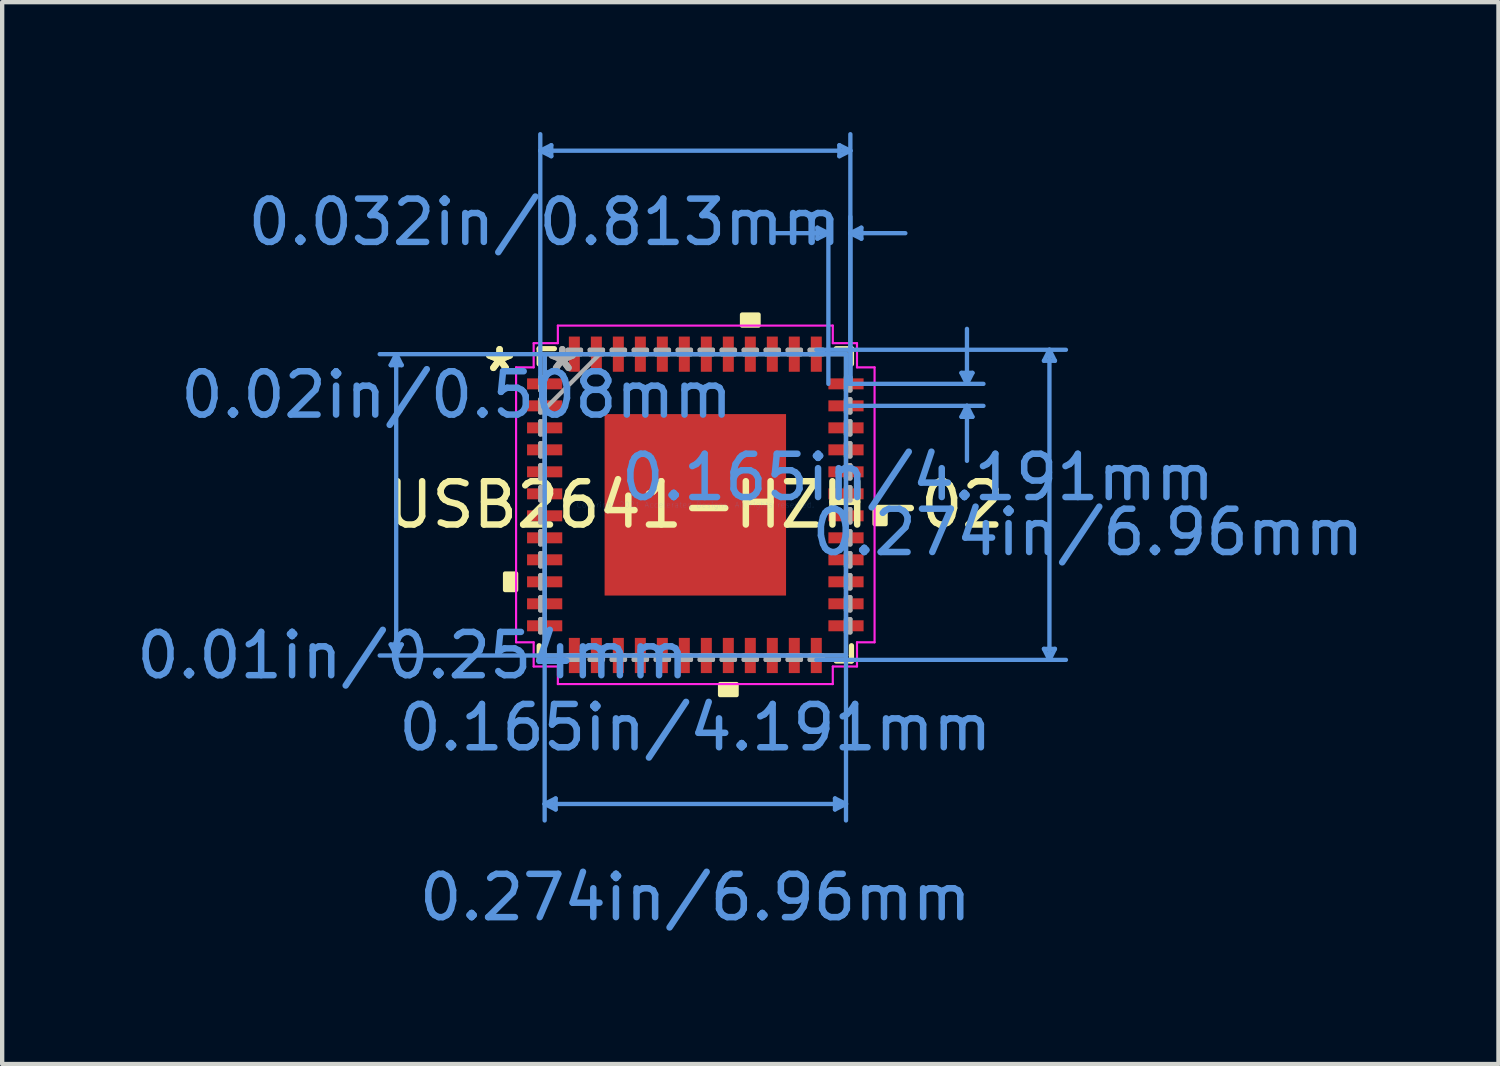
<source format=kicad_pcb>
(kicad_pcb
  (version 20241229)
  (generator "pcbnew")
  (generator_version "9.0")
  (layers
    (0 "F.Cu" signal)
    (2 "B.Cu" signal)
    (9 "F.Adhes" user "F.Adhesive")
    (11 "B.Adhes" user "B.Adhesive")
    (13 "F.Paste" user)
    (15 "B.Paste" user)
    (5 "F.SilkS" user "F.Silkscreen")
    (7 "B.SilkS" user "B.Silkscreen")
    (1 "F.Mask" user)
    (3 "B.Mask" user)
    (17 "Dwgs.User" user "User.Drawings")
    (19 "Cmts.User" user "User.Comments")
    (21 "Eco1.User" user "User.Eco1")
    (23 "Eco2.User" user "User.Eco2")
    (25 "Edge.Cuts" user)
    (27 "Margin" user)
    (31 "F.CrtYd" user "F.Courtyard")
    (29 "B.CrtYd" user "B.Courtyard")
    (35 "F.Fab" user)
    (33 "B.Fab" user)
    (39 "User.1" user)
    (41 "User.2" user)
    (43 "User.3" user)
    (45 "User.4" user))
  (footprint "USB2641-HZH-02"
    (layer "F.Cu")
    (at 13.01 8.61)
    (property "Reference" "USB2641-HZH-02" (at 0 0 0) (layer "F.SilkS") (effects (font (size 1 1) (thickness 0.15))))
    (attr smd)
    (fp_line (start -3.607 -3.607) (end -3.607 -3.254) (stroke (width 0.12) (type solid)) (layer "F.SilkS"))
    (fp_line (start -3.607 3.254) (end -3.607 3.607) (stroke (width 0.12) (type solid)) (layer "F.SilkS"))
    (fp_line (start -3.607 3.607) (end -3.254 3.607) (stroke (width 0.12) (type solid)) (layer "F.SilkS"))
    (fp_line (start -3.254 -3.607) (end -3.607 -3.607) (stroke (width 0.12) (type solid)) (layer "F.SilkS"))
    (fp_line (start 3.254 3.607) (end 3.607 3.607) (stroke (width 0.12) (type solid)) (layer "F.SilkS"))
    (fp_line (start 3.607 -3.607) (end 3.254 -3.607) (stroke (width 0.12) (type solid)) (layer "F.SilkS"))
    (fp_line (start 3.607 -3.254) (end 3.607 -3.607) (stroke (width 0.12) (type solid)) (layer "F.SilkS"))
    (fp_line (start 3.607 3.607) (end 3.607 3.254) (stroke (width 0.12) (type solid)) (layer "F.SilkS"))
    (fp_poly (pts (xy -4.394 1.587) (xy -4.394 1.968) (xy -4.14 1.968) (xy -4.14 1.587)) (stroke (width 0.1) (type solid)) (fill yes) (layer "F.SilkS"))
    (fp_poly (pts (xy 0.572 4.14) (xy 0.572 4.394) (xy 0.953 4.394) (xy 0.953 4.14)) (stroke (width 0.1) (type solid)) (fill yes) (layer "F.SilkS"))
    (fp_poly (pts (xy 1.079 -4.14) (xy 1.079 -4.394) (xy 1.46 -4.394) (xy 1.46 -4.14)) (stroke (width 0.1) (type solid)) (fill yes) (layer "F.SilkS"))
    (fp_poly (pts (xy 4.394 0.064) (xy 4.394 0.445) (xy 4.14 0.445) (xy 4.14 0.064)) (stroke (width 0.1) (type solid)) (fill yes) (layer "F.SilkS"))
    (fp_poly (pts (xy -1.996 -1.996) (xy -1.996 -0.798) (xy -0.798 -0.798) (xy -0.798 -1.996)) (stroke (width 0.1) (type solid)) (fill yes) (layer "F.Paste"))
    (fp_poly (pts (xy -1.996 -0.599) (xy -1.996 0.599) (xy -0.798 0.599) (xy -0.798 -0.599)) (stroke (width 0.1) (type solid)) (fill yes) (layer "F.Paste"))
    (fp_poly (pts (xy -1.996 0.798) (xy -1.996 1.996) (xy -0.798 1.996) (xy -0.798 0.798)) (stroke (width 0.1) (type solid)) (fill yes) (layer "F.Paste"))
    (fp_poly (pts (xy -0.599 -1.996) (xy -0.599 -0.798) (xy 0.599 -0.798) (xy 0.599 -1.996)) (stroke (width 0.1) (type solid)) (fill yes) (layer "F.Paste"))
    (fp_poly (pts (xy -0.599 -0.599) (xy -0.599 0.599) (xy 0.599 0.599) (xy 0.599 -0.599)) (stroke (width 0.1) (type solid)) (fill yes) (layer "F.Paste"))
    (fp_poly (pts (xy -0.599 0.798) (xy -0.599 1.996) (xy 0.599 1.996) (xy 0.599 0.798)) (stroke (width 0.1) (type solid)) (fill yes) (layer "F.Paste"))
    (fp_poly (pts (xy 0.798 -1.996) (xy 0.798 -0.798) (xy 1.996 -0.798) (xy 1.996 -1.996)) (stroke (width 0.1) (type solid)) (fill yes) (layer "F.Paste"))
    (fp_poly (pts (xy 0.798 -0.599) (xy 0.798 0.599) (xy 1.996 0.599) (xy 1.996 -0.599)) (stroke (width 0.1) (type solid)) (fill yes) (layer "F.Paste"))
    (fp_poly (pts (xy 0.798 0.798) (xy 0.798 1.996) (xy 1.996 1.996) (xy 1.996 0.798)) (stroke (width 0.1) (type solid)) (fill yes) (layer "F.Paste"))
    (fp_line (start -7.036 -3.226) (end -6.782 -3.226) (stroke (width 0.1) (type solid)) (layer "Cmts.User"))
    (fp_line (start -7.036 3.226) (end -6.782 3.226) (stroke (width 0.1) (type solid)) (layer "Cmts.User"))
    (fp_line (start -6.909 -3.48) (end -7.036 -3.226) (stroke (width 0.1) (type solid)) (layer "Cmts.User"))
    (fp_line (start -6.909 -3.48) (end -6.909 3.48) (stroke (width 0.1) (type solid)) (layer "Cmts.User"))
    (fp_line (start -6.909 -3.48) (end -6.782 -3.226) (stroke (width 0.1) (type solid)) (layer "Cmts.User"))
    (fp_line (start -6.909 3.48) (end -7.036 3.226) (stroke (width 0.1) (type solid)) (layer "Cmts.User"))
    (fp_line (start -6.909 3.48) (end -6.782 3.226) (stroke (width 0.1) (type solid)) (layer "Cmts.User"))
    (fp_line (start -3.581 -8.179) (end -3.327 -8.306) (stroke (width 0.1) (type solid)) (layer "Cmts.User"))
    (fp_line (start -3.581 -8.179) (end -3.327 -8.052) (stroke (width 0.1) (type solid)) (layer "Cmts.User"))
    (fp_line (start -3.581 -8.179) (end 3.581 -8.179) (stroke (width 0.1) (type solid)) (layer "Cmts.User"))
    (fp_line (start -3.581 -2.794) (end -3.581 -8.56) (stroke (width 0.1) (type solid)) (layer "Cmts.User"))
    (fp_line (start -3.48 -3.48) (end -3.48 7.29) (stroke (width 0.1) (type solid)) (layer "Cmts.User"))
    (fp_line (start -3.48 6.909) (end -3.226 6.782) (stroke (width 0.1) (type solid)) (layer "Cmts.User"))
    (fp_line (start -3.48 6.909) (end -3.226 7.036) (stroke (width 0.1) (type solid)) (layer "Cmts.User"))
    (fp_line (start -3.48 6.909) (end 3.48 6.909) (stroke (width 0.1) (type solid)) (layer "Cmts.User"))
    (fp_line (start -3.327 -8.306) (end -3.327 -8.052) (stroke (width 0.1) (type solid)) (layer "Cmts.User"))
    (fp_line (start -3.226 6.782) (end -3.226 7.036) (stroke (width 0.1) (type solid)) (layer "Cmts.User"))
    (fp_line (start 2.794 -3.581) (end 8.56 -3.581) (stroke (width 0.1) (type solid)) (layer "Cmts.User"))
    (fp_line (start 2.794 3.581) (end 8.56 3.581) (stroke (width 0.1) (type solid)) (layer "Cmts.User"))
    (fp_line (start 2.819 -6.401) (end 2.819 -6.147) (stroke (width 0.1) (type solid)) (layer "Cmts.User"))
    (fp_line (start 3.073 -6.274) (end 1.803 -6.274) (stroke (width 0.1) (type solid)) (layer "Cmts.User"))
    (fp_line (start 3.073 -6.274) (end 2.819 -6.401) (stroke (width 0.1) (type solid)) (layer "Cmts.User"))
    (fp_line (start 3.073 -6.274) (end 2.819 -6.147) (stroke (width 0.1) (type solid)) (layer "Cmts.User"))
    (fp_line (start 3.073 -2.794) (end 3.073 -6.655) (stroke (width 0.1) (type solid)) (layer "Cmts.User"))
    (fp_line (start 3.226 6.782) (end 3.226 7.036) (stroke (width 0.1) (type solid)) (layer "Cmts.User"))
    (fp_line (start 3.327 -8.306) (end 3.327 -8.052) (stroke (width 0.1) (type solid)) (layer "Cmts.User"))
    (fp_line (start 3.48 -3.48) (end -7.29 -3.48) (stroke (width 0.1) (type solid)) (layer "Cmts.User"))
    (fp_line (start 3.48 -3.48) (end 3.48 7.29) (stroke (width 0.1) (type solid)) (layer "Cmts.User"))
    (fp_line (start 3.48 -2.794) (end 6.655 -2.794) (stroke (width 0.1) (type solid)) (layer "Cmts.User"))
    (fp_line (start 3.48 -2.286) (end 6.655 -2.286) (stroke (width 0.1) (type solid)) (layer "Cmts.User"))
    (fp_line (start 3.48 3.48) (end -7.29 3.48) (stroke (width 0.1) (type solid)) (layer "Cmts.User"))
    (fp_line (start 3.48 6.909) (end 3.226 6.782) (stroke (width 0.1) (type solid)) (layer "Cmts.User"))
    (fp_line (start 3.48 6.909) (end 3.226 7.036) (stroke (width 0.1) (type solid)) (layer "Cmts.User"))
    (fp_line (start 3.581 -8.179) (end 3.327 -8.306) (stroke (width 0.1) (type solid)) (layer "Cmts.User"))
    (fp_line (start 3.581 -8.179) (end 3.327 -8.052) (stroke (width 0.1) (type solid)) (layer "Cmts.User"))
    (fp_line (start 3.581 -6.274) (end 3.835 -6.401) (stroke (width 0.1) (type solid)) (layer "Cmts.User"))
    (fp_line (start 3.581 -6.274) (end 3.835 -6.147) (stroke (width 0.1) (type solid)) (layer "Cmts.User"))
    (fp_line (start 3.581 -6.274) (end 4.851 -6.274) (stroke (width 0.1) (type solid)) (layer "Cmts.User"))
    (fp_line (start 3.581 -2.794) (end 3.581 -8.56) (stroke (width 0.1) (type solid)) (layer "Cmts.User"))
    (fp_line (start 3.581 -2.794) (end 3.581 -6.655) (stroke (width 0.1) (type solid)) (layer "Cmts.User"))
    (fp_line (start 3.835 -6.401) (end 3.835 -6.147) (stroke (width 0.1) (type solid)) (layer "Cmts.User"))
    (fp_line (start 6.147 -3.048) (end 6.401 -3.048) (stroke (width 0.1) (type solid)) (layer "Cmts.User"))
    (fp_line (start 6.147 -2.032) (end 6.401 -2.032) (stroke (width 0.1) (type solid)) (layer "Cmts.User"))
    (fp_line (start 6.274 -2.794) (end 6.147 -3.048) (stroke (width 0.1) (type solid)) (layer "Cmts.User"))
    (fp_line (start 6.274 -2.794) (end 6.274 -4.064) (stroke (width 0.1) (type solid)) (layer "Cmts.User"))
    (fp_line (start 6.274 -2.794) (end 6.401 -3.048) (stroke (width 0.1) (type solid)) (layer "Cmts.User"))
    (fp_line (start 6.274 -2.286) (end 6.147 -2.032) (stroke (width 0.1) (type solid)) (layer "Cmts.User"))
    (fp_line (start 6.274 -2.286) (end 6.274 -1.016) (stroke (width 0.1) (type solid)) (layer "Cmts.User"))
    (fp_line (start 6.274 -2.286) (end 6.401 -2.032) (stroke (width 0.1) (type solid)) (layer "Cmts.User"))
    (fp_line (start 8.052 -3.327) (end 8.306 -3.327) (stroke (width 0.1) (type solid)) (layer "Cmts.User"))
    (fp_line (start 8.052 3.327) (end 8.306 3.327) (stroke (width 0.1) (type solid)) (layer "Cmts.User"))
    (fp_line (start 8.179 -3.581) (end 8.052 -3.327) (stroke (width 0.1) (type solid)) (layer "Cmts.User"))
    (fp_line (start 8.179 -3.581) (end 8.179 3.581) (stroke (width 0.1) (type solid)) (layer "Cmts.User"))
    (fp_line (start 8.179 -3.581) (end 8.306 -3.327) (stroke (width 0.1) (type solid)) (layer "Cmts.User"))
    (fp_line (start 8.179 3.581) (end 8.052 3.327) (stroke (width 0.1) (type solid)) (layer "Cmts.User"))
    (fp_line (start 8.179 3.581) (end 8.306 3.327) (stroke (width 0.1) (type solid)) (layer "Cmts.User"))
    (fp_line (start -4.14 -3.175) (end -3.734 -3.175) (stroke (width 0.05) (type solid)) (layer "F.CrtYd"))
    (fp_line (start -4.14 3.175) (end -4.14 -3.175) (stroke (width 0.05) (type solid)) (layer "F.CrtYd"))
    (fp_line (start -3.734 -3.734) (end -3.175 -3.734) (stroke (width 0.05) (type solid)) (layer "F.CrtYd"))
    (fp_line (start -3.734 -3.175) (end -3.734 -3.734) (stroke (width 0.05) (type solid)) (layer "F.CrtYd"))
    (fp_line (start -3.734 3.175) (end -4.14 3.175) (stroke (width 0.05) (type solid)) (layer "F.CrtYd"))
    (fp_line (start -3.734 3.734) (end -3.734 3.175) (stroke (width 0.05) (type solid)) (layer "F.CrtYd"))
    (fp_line (start -3.175 -4.14) (end 3.175 -4.14) (stroke (width 0.05) (type solid)) (layer "F.CrtYd"))
    (fp_line (start -3.175 -3.734) (end -3.175 -4.14) (stroke (width 0.05) (type solid)) (layer "F.CrtYd"))
    (fp_line (start -3.175 3.734) (end -3.734 3.734) (stroke (width 0.05) (type solid)) (layer "F.CrtYd"))
    (fp_line (start -3.175 4.14) (end -3.175 3.734) (stroke (width 0.05) (type solid)) (layer "F.CrtYd"))
    (fp_line (start 3.175 -4.14) (end 3.175 -3.734) (stroke (width 0.05) (type solid)) (layer "F.CrtYd"))
    (fp_line (start 3.175 -3.734) (end 3.734 -3.734) (stroke (width 0.05) (type solid)) (layer "F.CrtYd"))
    (fp_line (start 3.175 3.734) (end 3.175 4.14) (stroke (width 0.05) (type solid)) (layer "F.CrtYd"))
    (fp_line (start 3.175 4.14) (end -3.175 4.14) (stroke (width 0.05) (type solid)) (layer "F.CrtYd"))
    (fp_line (start 3.734 -3.734) (end 3.734 -3.175) (stroke (width 0.05) (type solid)) (layer "F.CrtYd"))
    (fp_line (start 3.734 -3.175) (end 4.14 -3.175) (stroke (width 0.05) (type solid)) (layer "F.CrtYd"))
    (fp_line (start 3.734 3.175) (end 3.734 3.734) (stroke (width 0.05) (type solid)) (layer "F.CrtYd"))
    (fp_line (start 3.734 3.734) (end 3.175 3.734) (stroke (width 0.05) (type solid)) (layer "F.CrtYd"))
    (fp_line (start 4.14 -3.175) (end 4.14 3.175) (stroke (width 0.05) (type solid)) (layer "F.CrtYd"))
    (fp_line (start 4.14 3.175) (end 3.734 3.175) (stroke (width 0.05) (type solid)) (layer "F.CrtYd"))
    (fp_line (start -3.581 -2.946) (end -3.581 -2.642) (stroke (width 0.1) (type solid)) (layer "F.Fab"))
    (fp_line (start -3.581 -2.642) (end -3.48 -2.642) (stroke (width 0.1) (type solid)) (layer "F.Fab"))
    (fp_line (start -3.581 -2.438) (end -3.581 -2.134) (stroke (width 0.1) (type solid)) (layer "F.Fab"))
    (fp_line (start -3.581 -2.134) (end -3.48 -2.134) (stroke (width 0.1) (type solid)) (layer "F.Fab"))
    (fp_line (start -3.581 -1.93) (end -3.581 -1.626) (stroke (width 0.1) (type solid)) (layer "F.Fab"))
    (fp_line (start -3.581 -1.626) (end -3.48 -1.626) (stroke (width 0.1) (type solid)) (layer "F.Fab"))
    (fp_line (start -3.581 -1.422) (end -3.581 -1.118) (stroke (width 0.1) (type solid)) (layer "F.Fab"))
    (fp_line (start -3.581 -1.118) (end -3.48 -1.118) (stroke (width 0.1) (type solid)) (layer "F.Fab"))
    (fp_line (start -3.581 -0.914) (end -3.581 -0.61) (stroke (width 0.1) (type solid)) (layer "F.Fab"))
    (fp_line (start -3.581 -0.61) (end -3.48 -0.61) (stroke (width 0.1) (type solid)) (layer "F.Fab"))
    (fp_line (start -3.581 -0.406) (end -3.581 -0.102) (stroke (width 0.1) (type solid)) (layer "F.Fab"))
    (fp_line (start -3.581 -0.102) (end -3.48 -0.102) (stroke (width 0.1) (type solid)) (layer "F.Fab"))
    (fp_line (start -3.581 0.102) (end -3.581 0.406) (stroke (width 0.1) (type solid)) (layer "F.Fab"))
    (fp_line (start -3.581 0.406) (end -3.48 0.406) (stroke (width 0.1) (type solid)) (layer "F.Fab"))
    (fp_line (start -3.581 0.61) (end -3.581 0.914) (stroke (width 0.1) (type solid)) (layer "F.Fab"))
    (fp_line (start -3.581 0.914) (end -3.48 0.914) (stroke (width 0.1) (type solid)) (layer "F.Fab"))
    (fp_line (start -3.581 1.118) (end -3.581 1.422) (stroke (width 0.1) (type solid)) (layer "F.Fab"))
    (fp_line (start -3.581 1.422) (end -3.48 1.422) (stroke (width 0.1) (type solid)) (layer "F.Fab"))
    (fp_line (start -3.581 1.626) (end -3.581 1.93) (stroke (width 0.1) (type solid)) (layer "F.Fab"))
    (fp_line (start -3.581 1.93) (end -3.48 1.93) (stroke (width 0.1) (type solid)) (layer "F.Fab"))
    (fp_line (start -3.581 2.134) (end -3.581 2.438) (stroke (width 0.1) (type solid)) (layer "F.Fab"))
    (fp_line (start -3.581 2.438) (end -3.48 2.438) (stroke (width 0.1) (type solid)) (layer "F.Fab"))
    (fp_line (start -3.581 2.642) (end -3.581 2.946) (stroke (width 0.1) (type solid)) (layer "F.Fab"))
    (fp_line (start -3.581 2.946) (end -3.48 2.946) (stroke (width 0.1) (type solid)) (layer "F.Fab"))
    (fp_line (start -3.48 -3.48) (end -3.48 -3.48) (stroke (width 0.1) (type solid)) (layer "F.Fab"))
    (fp_line (start -3.48 -3.48) (end -3.48 3.48) (stroke (width 0.1) (type solid)) (layer "F.Fab"))
    (fp_line (start -3.48 -2.946) (end -3.581 -2.946) (stroke (width 0.1) (type solid)) (layer "F.Fab"))
    (fp_line (start -3.48 -2.642) (end -3.48 -2.946) (stroke (width 0.1) (type solid)) (layer "F.Fab"))
    (fp_line (start -3.48 -2.438) (end -3.581 -2.438) (stroke (width 0.1) (type solid)) (layer "F.Fab"))
    (fp_line (start -3.48 -2.21) (end -2.21 -3.48) (stroke (width 0.1) (type solid)) (layer "F.Fab"))
    (fp_line (start -3.48 -2.134) (end -3.48 -2.438) (stroke (width 0.1) (type solid)) (layer "F.Fab"))
    (fp_line (start -3.48 -1.93) (end -3.581 -1.93) (stroke (width 0.1) (type solid)) (layer "F.Fab"))
    (fp_line (start -3.48 -1.626) (end -3.48 -1.93) (stroke (width 0.1) (type solid)) (layer "F.Fab"))
    (fp_line (start -3.48 -1.422) (end -3.581 -1.422) (stroke (width 0.1) (type solid)) (layer "F.Fab"))
    (fp_line (start -3.48 -1.118) (end -3.48 -1.422) (stroke (width 0.1) (type solid)) (layer "F.Fab"))
    (fp_line (start -3.48 -0.914) (end -3.581 -0.914) (stroke (width 0.1) (type solid)) (layer "F.Fab"))
    (fp_line (start -3.48 -0.61) (end -3.48 -0.914) (stroke (width 0.1) (type solid)) (layer "F.Fab"))
    (fp_line (start -3.48 -0.406) (end -3.581 -0.406) (stroke (width 0.1) (type solid)) (layer "F.Fab"))
    (fp_line (start -3.48 -0.102) (end -3.48 -0.406) (stroke (width 0.1) (type solid)) (layer "F.Fab"))
    (fp_line (start -3.48 0.102) (end -3.581 0.102) (stroke (width 0.1) (type solid)) (layer "F.Fab"))
    (fp_line (start -3.48 0.406) (end -3.48 0.102) (stroke (width 0.1) (type solid)) (layer "F.Fab"))
    (fp_line (start -3.48 0.61) (end -3.581 0.61) (stroke (width 0.1) (type solid)) (layer "F.Fab"))
    (fp_line (start -3.48 0.914) (end -3.48 0.61) (stroke (width 0.1) (type solid)) (layer "F.Fab"))
    (fp_line (start -3.48 1.118) (end -3.581 1.118) (stroke (width 0.1) (type solid)) (layer "F.Fab"))
    (fp_line (start -3.48 1.422) (end -3.48 1.118) (stroke (width 0.1) (type solid)) (layer "F.Fab"))
    (fp_line (start -3.48 1.626) (end -3.581 1.626) (stroke (width 0.1) (type solid)) (layer "F.Fab"))
    (fp_line (start -3.48 1.93) (end -3.48 1.626) (stroke (width 0.1) (type solid)) (layer "F.Fab"))
    (fp_line (start -3.48 2.134) (end -3.581 2.134) (stroke (width 0.1) (type solid)) (layer "F.Fab"))
    (fp_line (start -3.48 2.438) (end -3.48 2.134) (stroke (width 0.1) (type solid)) (layer "F.Fab"))
    (fp_line (start -3.48 2.642) (end -3.581 2.642) (stroke (width 0.1) (type solid)) (layer "F.Fab"))
    (fp_line (start -3.48 2.946) (end -3.48 2.642) (stroke (width 0.1) (type solid)) (layer "F.Fab"))
    (fp_line (start -3.48 3.48) (end -3.48 3.48) (stroke (width 0.1) (type solid)) (layer "F.Fab"))
    (fp_line (start -3.48 3.48) (end 3.48 3.48) (stroke (width 0.1) (type solid)) (layer "F.Fab"))
    (fp_line (start -2.946 -3.581) (end -2.946 -3.48) (stroke (width 0.1) (type solid)) (layer "F.Fab"))
    (fp_line (start -2.946 -3.48) (end -2.642 -3.48) (stroke (width 0.1) (type solid)) (layer "F.Fab"))
    (fp_line (start -2.946 3.48) (end -2.946 3.581) (stroke (width 0.1) (type solid)) (layer "F.Fab"))
    (fp_line (start -2.946 3.581) (end -2.642 3.581) (stroke (width 0.1) (type solid)) (layer "F.Fab"))
    (fp_line (start -2.642 -3.581) (end -2.946 -3.581) (stroke (width 0.1) (type solid)) (layer "F.Fab"))
    (fp_line (start -2.642 -3.48) (end -2.642 -3.581) (stroke (width 0.1) (type solid)) (layer "F.Fab"))
    (fp_line (start -2.642 3.48) (end -2.946 3.48) (stroke (width 0.1) (type solid)) (layer "F.Fab"))
    (fp_line (start -2.642 3.581) (end -2.642 3.48) (stroke (width 0.1) (type solid)) (layer "F.Fab"))
    (fp_line (start -2.438 -3.581) (end -2.438 -3.48) (stroke (width 0.1) (type solid)) (layer "F.Fab"))
    (fp_line (start -2.438 -3.48) (end -2.134 -3.48) (stroke (width 0.1) (type solid)) (layer "F.Fab"))
    (fp_line (start -2.438 3.48) (end -2.438 3.581) (stroke (width 0.1) (type solid)) (layer "F.Fab"))
    (fp_line (start -2.438 3.581) (end -2.134 3.581) (stroke (width 0.1) (type solid)) (layer "F.Fab"))
    (fp_line (start -2.134 -3.581) (end -2.438 -3.581) (stroke (width 0.1) (type solid)) (layer "F.Fab"))
    (fp_line (start -2.134 -3.48) (end -2.134 -3.581) (stroke (width 0.1) (type solid)) (layer "F.Fab"))
    (fp_line (start -2.134 3.48) (end -2.438 3.48) (stroke (width 0.1) (type solid)) (layer "F.Fab"))
    (fp_line (start -2.134 3.581) (end -2.134 3.48) (stroke (width 0.1) (type solid)) (layer "F.Fab"))
    (fp_line (start -1.93 -3.581) (end -1.93 -3.48) (stroke (width 0.1) (type solid)) (layer "F.Fab"))
    (fp_line (start -1.93 -3.48) (end -1.626 -3.48) (stroke (width 0.1) (type solid)) (layer "F.Fab"))
    (fp_line (start -1.93 3.48) (end -1.93 3.581) (stroke (width 0.1) (type solid)) (layer "F.Fab"))
    (fp_line (start -1.93 3.581) (end -1.626 3.581) (stroke (width 0.1) (type solid)) (layer "F.Fab"))
    (fp_line (start -1.626 -3.581) (end -1.93 -3.581) (stroke (width 0.1) (type solid)) (layer "F.Fab"))
    (fp_line (start -1.626 -3.48) (end -1.626 -3.581) (stroke (width 0.1) (type solid)) (layer "F.Fab"))
    (fp_line (start -1.626 3.48) (end -1.93 3.48) (stroke (width 0.1) (type solid)) (layer "F.Fab"))
    (fp_line (start -1.626 3.581) (end -1.626 3.48) (stroke (width 0.1) (type solid)) (layer "F.Fab"))
    (fp_line (start -1.422 -3.581) (end -1.422 -3.48) (stroke (width 0.1) (type solid)) (layer "F.Fab"))
    (fp_line (start -1.422 -3.48) (end -1.118 -3.48) (stroke (width 0.1) (type solid)) (layer "F.Fab"))
    (fp_line (start -1.422 3.48) (end -1.422 3.581) (stroke (width 0.1) (type solid)) (layer "F.Fab"))
    (fp_line (start -1.422 3.581) (end -1.118 3.581) (stroke (width 0.1) (type solid)) (layer "F.Fab"))
    (fp_line (start -1.118 -3.581) (end -1.422 -3.581) (stroke (width 0.1) (type solid)) (layer "F.Fab"))
    (fp_line (start -1.118 -3.48) (end -1.118 -3.581) (stroke (width 0.1) (type solid)) (layer "F.Fab"))
    (fp_line (start -1.118 3.48) (end -1.422 3.48) (stroke (width 0.1) (type solid)) (layer "F.Fab"))
    (fp_line (start -1.118 3.581) (end -1.118 3.48) (stroke (width 0.1) (type solid)) (layer "F.Fab"))
    (fp_line (start -0.914 -3.581) (end -0.914 -3.48) (stroke (width 0.1) (type solid)) (layer "F.Fab"))
    (fp_line (start -0.914 -3.48) (end -0.61 -3.48) (stroke (width 0.1) (type solid)) (layer "F.Fab"))
    (fp_line (start -0.914 3.48) (end -0.914 3.581) (stroke (width 0.1) (type solid)) (layer "F.Fab"))
    (fp_line (start -0.914 3.581) (end -0.61 3.581) (stroke (width 0.1) (type solid)) (layer "F.Fab"))
    (fp_line (start -0.61 -3.581) (end -0.914 -3.581) (stroke (width 0.1) (type solid)) (layer "F.Fab"))
    (fp_line (start -0.61 -3.48) (end -0.61 -3.581) (stroke (width 0.1) (type solid)) (layer "F.Fab"))
    (fp_line (start -0.61 3.48) (end -0.914 3.48) (stroke (width 0.1) (type solid)) (layer "F.Fab"))
    (fp_line (start -0.61 3.581) (end -0.61 3.48) (stroke (width 0.1) (type solid)) (layer "F.Fab"))
    (fp_line (start -0.406 -3.581) (end -0.406 -3.48) (stroke (width 0.1) (type solid)) (layer "F.Fab"))
    (fp_line (start -0.406 -3.48) (end -0.102 -3.48) (stroke (width 0.1) (type solid)) (layer "F.Fab"))
    (fp_line (start -0.406 3.48) (end -0.406 3.581) (stroke (width 0.1) (type solid)) (layer "F.Fab"))
    (fp_line (start -0.406 3.581) (end -0.102 3.581) (stroke (width 0.1) (type solid)) (layer "F.Fab"))
    (fp_line (start -0.102 -3.581) (end -0.406 -3.581) (stroke (width 0.1) (type solid)) (layer "F.Fab"))
    (fp_line (start -0.102 -3.48) (end -0.102 -3.581) (stroke (width 0.1) (type solid)) (layer "F.Fab"))
    (fp_line (start -0.102 3.48) (end -0.406 3.48) (stroke (width 0.1) (type solid)) (layer "F.Fab"))
    (fp_line (start -0.102 3.581) (end -0.102 3.48) (stroke (width 0.1) (type solid)) (layer "F.Fab"))
    (fp_line (start 0.102 -3.581) (end 0.102 -3.48) (stroke (width 0.1) (type solid)) (layer "F.Fab"))
    (fp_line (start 0.102 -3.48) (end 0.406 -3.48) (stroke (width 0.1) (type solid)) (layer "F.Fab"))
    (fp_line (start 0.102 3.48) (end 0.102 3.581) (stroke (width 0.1) (type solid)) (layer "F.Fab"))
    (fp_line (start 0.102 3.581) (end 0.406 3.581) (stroke (width 0.1) (type solid)) (layer "F.Fab"))
    (fp_line (start 0.406 -3.581) (end 0.102 -3.581) (stroke (width 0.1) (type solid)) (layer "F.Fab"))
    (fp_line (start 0.406 -3.48) (end 0.406 -3.581) (stroke (width 0.1) (type solid)) (layer "F.Fab"))
    (fp_line (start 0.406 3.48) (end 0.102 3.48) (stroke (width 0.1) (type solid)) (layer "F.Fab"))
    (fp_line (start 0.406 3.581) (end 0.406 3.48) (stroke (width 0.1) (type solid)) (layer "F.Fab"))
    (fp_line (start 0.61 -3.581) (end 0.61 -3.48) (stroke (width 0.1) (type solid)) (layer "F.Fab"))
    (fp_line (start 0.61 -3.48) (end 0.914 -3.48) (stroke (width 0.1) (type solid)) (layer "F.Fab"))
    (fp_line (start 0.61 3.48) (end 0.61 3.581) (stroke (width 0.1) (type solid)) (layer "F.Fab"))
    (fp_line (start 0.61 3.581) (end 0.914 3.581) (stroke (width 0.1) (type solid)) (layer "F.Fab"))
    (fp_line (start 0.914 -3.581) (end 0.61 -3.581) (stroke (width 0.1) (type solid)) (layer "F.Fab"))
    (fp_line (start 0.914 -3.48) (end 0.914 -3.581) (stroke (width 0.1) (type solid)) (layer "F.Fab"))
    (fp_line (start 0.914 3.48) (end 0.61 3.48) (stroke (width 0.1) (type solid)) (layer "F.Fab"))
    (fp_line (start 0.914 3.581) (end 0.914 3.48) (stroke (width 0.1) (type solid)) (layer "F.Fab"))
    (fp_line (start 1.118 -3.581) (end 1.118 -3.48) (stroke (width 0.1) (type solid)) (layer "F.Fab"))
    (fp_line (start 1.118 -3.48) (end 1.422 -3.48) (stroke (width 0.1) (type solid)) (layer "F.Fab"))
    (fp_line (start 1.118 3.48) (end 1.118 3.581) (stroke (width 0.1) (type solid)) (layer "F.Fab"))
    (fp_line (start 1.118 3.581) (end 1.422 3.581) (stroke (width 0.1) (type solid)) (layer "F.Fab"))
    (fp_line (start 1.422 -3.581) (end 1.118 -3.581) (stroke (width 0.1) (type solid)) (layer "F.Fab"))
    (fp_line (start 1.422 -3.48) (end 1.422 -3.581) (stroke (width 0.1) (type solid)) (layer "F.Fab"))
    (fp_line (start 1.422 3.48) (end 1.118 3.48) (stroke (width 0.1) (type solid)) (layer "F.Fab"))
    (fp_line (start 1.422 3.581) (end 1.422 3.48) (stroke (width 0.1) (type solid)) (layer "F.Fab"))
    (fp_line (start 1.626 -3.581) (end 1.626 -3.48) (stroke (width 0.1) (type solid)) (layer "F.Fab"))
    (fp_line (start 1.626 -3.48) (end 1.93 -3.48) (stroke (width 0.1) (type solid)) (layer "F.Fab"))
    (fp_line (start 1.626 3.48) (end 1.626 3.581) (stroke (width 0.1) (type solid)) (layer "F.Fab"))
    (fp_line (start 1.626 3.581) (end 1.93 3.581) (stroke (width 0.1) (type solid)) (layer "F.Fab"))
    (fp_line (start 1.93 -3.581) (end 1.626 -3.581) (stroke (width 0.1) (type solid)) (layer "F.Fab"))
    (fp_line (start 1.93 -3.48) (end 1.93 -3.581) (stroke (width 0.1) (type solid)) (layer "F.Fab"))
    (fp_line (start 1.93 3.48) (end 1.626 3.48) (stroke (width 0.1) (type solid)) (layer "F.Fab"))
    (fp_line (start 1.93 3.581) (end 1.93 3.48) (stroke (width 0.1) (type solid)) (layer "F.Fab"))
    (fp_line (start 2.134 -3.581) (end 2.134 -3.48) (stroke (width 0.1) (type solid)) (layer "F.Fab"))
    (fp_line (start 2.134 -3.48) (end 2.438 -3.48) (stroke (width 0.1) (type solid)) (layer "F.Fab"))
    (fp_line (start 2.134 3.48) (end 2.134 3.581) (stroke (width 0.1) (type solid)) (layer "F.Fab"))
    (fp_line (start 2.134 3.581) (end 2.438 3.581) (stroke (width 0.1) (type solid)) (layer "F.Fab"))
    (fp_line (start 2.438 -3.581) (end 2.134 -3.581) (stroke (width 0.1) (type solid)) (layer "F.Fab"))
    (fp_line (start 2.438 -3.48) (end 2.438 -3.581) (stroke (width 0.1) (type solid)) (layer "F.Fab"))
    (fp_line (start 2.438 3.48) (end 2.134 3.48) (stroke (width 0.1) (type solid)) (layer "F.Fab"))
    (fp_line (start 2.438 3.581) (end 2.438 3.48) (stroke (width 0.1) (type solid)) (layer "F.Fab"))
    (fp_line (start 2.642 -3.581) (end 2.642 -3.48) (stroke (width 0.1) (type solid)) (layer "F.Fab"))
    (fp_line (start 2.642 -3.48) (end 2.946 -3.48) (stroke (width 0.1) (type solid)) (layer "F.Fab"))
    (fp_line (start 2.642 3.48) (end 2.642 3.581) (stroke (width 0.1) (type solid)) (layer "F.Fab"))
    (fp_line (start 2.642 3.581) (end 2.946 3.581) (stroke (width 0.1) (type solid)) (layer "F.Fab"))
    (fp_line (start 2.946 -3.581) (end 2.642 -3.581) (stroke (width 0.1) (type solid)) (layer "F.Fab"))
    (fp_line (start 2.946 -3.48) (end 2.946 -3.581) (stroke (width 0.1) (type solid)) (layer "F.Fab"))
    (fp_line (start 2.946 3.48) (end 2.642 3.48) (stroke (width 0.1) (type solid)) (layer "F.Fab"))
    (fp_line (start 2.946 3.581) (end 2.946 3.48) (stroke (width 0.1) (type solid)) (layer "F.Fab"))
    (fp_line (start 3.48 -3.48) (end -3.48 -3.48) (stroke (width 0.1) (type solid)) (layer "F.Fab"))
    (fp_line (start 3.48 -3.48) (end 3.48 -3.48) (stroke (width 0.1) (type solid)) (layer "F.Fab"))
    (fp_line (start 3.48 -2.946) (end 3.48 -2.642) (stroke (width 0.1) (type solid)) (layer "F.Fab"))
    (fp_line (start 3.48 -2.642) (end 3.581 -2.642) (stroke (width 0.1) (type solid)) (layer "F.Fab"))
    (fp_line (start 3.48 -2.438) (end 3.48 -2.134) (stroke (width 0.1) (type solid)) (layer "F.Fab"))
    (fp_line (start 3.48 -2.134) (end 3.581 -2.134) (stroke (width 0.1) (type solid)) (layer "F.Fab"))
    (fp_line (start 3.48 -1.93) (end 3.48 -1.626) (stroke (width 0.1) (type solid)) (layer "F.Fab"))
    (fp_line (start 3.48 -1.626) (end 3.581 -1.626) (stroke (width 0.1) (type solid)) (layer "F.Fab"))
    (fp_line (start 3.48 -1.422) (end 3.48 -1.118) (stroke (width 0.1) (type solid)) (layer "F.Fab"))
    (fp_line (start 3.48 -1.118) (end 3.581 -1.118) (stroke (width 0.1) (type solid)) (layer "F.Fab"))
    (fp_line (start 3.48 -0.914) (end 3.48 -0.61) (stroke (width 0.1) (type solid)) (layer "F.Fab"))
    (fp_line (start 3.48 -0.61) (end 3.581 -0.61) (stroke (width 0.1) (type solid)) (layer "F.Fab"))
    (fp_line (start 3.48 -0.406) (end 3.48 -0.102) (stroke (width 0.1) (type solid)) (layer "F.Fab"))
    (fp_line (start 3.48 -0.102) (end 3.581 -0.102) (stroke (width 0.1) (type solid)) (layer "F.Fab"))
    (fp_line (start 3.48 0.102) (end 3.48 0.406) (stroke (width 0.1) (type solid)) (layer "F.Fab"))
    (fp_line (start 3.48 0.406) (end 3.581 0.406) (stroke (width 0.1) (type solid)) (layer "F.Fab"))
    (fp_line (start 3.48 0.61) (end 3.48 0.914) (stroke (width 0.1) (type solid)) (layer "F.Fab"))
    (fp_line (start 3.48 0.914) (end 3.581 0.914) (stroke (width 0.1) (type solid)) (layer "F.Fab"))
    (fp_line (start 3.48 1.118) (end 3.48 1.422) (stroke (width 0.1) (type solid)) (layer "F.Fab"))
    (fp_line (start 3.48 1.422) (end 3.581 1.422) (stroke (width 0.1) (type solid)) (layer "F.Fab"))
    (fp_line (start 3.48 1.626) (end 3.48 1.93) (stroke (width 0.1) (type solid)) (layer "F.Fab"))
    (fp_line (start 3.48 1.93) (end 3.581 1.93) (stroke (width 0.1) (type solid)) (layer "F.Fab"))
    (fp_line (start 3.48 2.134) (end 3.48 2.438) (stroke (width 0.1) (type solid)) (layer "F.Fab"))
    (fp_line (start 3.48 2.438) (end 3.581 2.438) (stroke (width 0.1) (type solid)) (layer "F.Fab"))
    (fp_line (start 3.48 2.642) (end 3.48 2.946) (stroke (width 0.1) (type solid)) (layer "F.Fab"))
    (fp_line (start 3.48 2.946) (end 3.581 2.946) (stroke (width 0.1) (type solid)) (layer "F.Fab"))
    (fp_line (start 3.48 3.48) (end 3.48 -3.48) (stroke (width 0.1) (type solid)) (layer "F.Fab"))
    (fp_line (start 3.48 3.48) (end 3.48 3.48) (stroke (width 0.1) (type solid)) (layer "F.Fab"))
    (fp_line (start 3.581 -2.946) (end 3.48 -2.946) (stroke (width 0.1) (type solid)) (layer "F.Fab"))
    (fp_line (start 3.581 -2.642) (end 3.581 -2.946) (stroke (width 0.1) (type solid)) (layer "F.Fab"))
    (fp_line (start 3.581 -2.438) (end 3.48 -2.438) (stroke (width 0.1) (type solid)) (layer "F.Fab"))
    (fp_line (start 3.581 -2.134) (end 3.581 -2.438) (stroke (width 0.1) (type solid)) (layer "F.Fab"))
    (fp_line (start 3.581 -1.93) (end 3.48 -1.93) (stroke (width 0.1) (type solid)) (layer "F.Fab"))
    (fp_line (start 3.581 -1.626) (end 3.581 -1.93) (stroke (width 0.1) (type solid)) (layer "F.Fab"))
    (fp_line (start 3.581 -1.422) (end 3.48 -1.422) (stroke (width 0.1) (type solid)) (layer "F.Fab"))
    (fp_line (start 3.581 -1.118) (end 3.581 -1.422) (stroke (width 0.1) (type solid)) (layer "F.Fab"))
    (fp_line (start 3.581 -0.914) (end 3.48 -0.914) (stroke (width 0.1) (type solid)) (layer "F.Fab"))
    (fp_line (start 3.581 -0.61) (end 3.581 -0.914) (stroke (width 0.1) (type solid)) (layer "F.Fab"))
    (fp_line (start 3.581 -0.406) (end 3.48 -0.406) (stroke (width 0.1) (type solid)) (layer "F.Fab"))
    (fp_line (start 3.581 -0.102) (end 3.581 -0.406) (stroke (width 0.1) (type solid)) (layer "F.Fab"))
    (fp_line (start 3.581 0.102) (end 3.48 0.102) (stroke (width 0.1) (type solid)) (layer "F.Fab"))
    (fp_line (start 3.581 0.406) (end 3.581 0.102) (stroke (width 0.1) (type solid)) (layer "F.Fab"))
    (fp_line (start 3.581 0.61) (end 3.48 0.61) (stroke (width 0.1) (type solid)) (layer "F.Fab"))
    (fp_line (start 3.581 0.914) (end 3.581 0.61) (stroke (width 0.1) (type solid)) (layer "F.Fab"))
    (fp_line (start 3.581 1.118) (end 3.48 1.118) (stroke (width 0.1) (type solid)) (layer "F.Fab"))
    (fp_line (start 3.581 1.422) (end 3.581 1.118) (stroke (width 0.1) (type solid)) (layer "F.Fab"))
    (fp_line (start 3.581 1.626) (end 3.48 1.626) (stroke (width 0.1) (type solid)) (layer "F.Fab"))
    (fp_line (start 3.581 1.93) (end 3.581 1.626) (stroke (width 0.1) (type solid)) (layer "F.Fab"))
    (fp_line (start 3.581 2.134) (end 3.48 2.134) (stroke (width 0.1) (type solid)) (layer "F.Fab"))
    (fp_line (start 3.581 2.438) (end 3.581 2.134) (stroke (width 0.1) (type solid)) (layer "F.Fab"))
    (fp_line (start 3.581 2.642) (end 3.48 2.642) (stroke (width 0.1) (type solid)) (layer "F.Fab"))
    (fp_line (start 3.581 2.946) (end 3.581 2.642) (stroke (width 0.1) (type solid)) (layer "F.Fab"))
    (fp_text user "*" (at -4.521 -3.048 0) (layer "F.SilkS") (effects (font (size 1 1) (thickness 0.15))))
    (fp_text user "*" (at -4.521 -3.048 0) (layer "F.SilkS") (effects (font (size 1 1) (thickness 0.15))))
    (fp_text user "0.165in/4.191mm" (at 5.144 -0.635 0) (layer "Cmts.User") (effects (font (size 1 1) (thickness 0.15))))
    (fp_text user "0.01in/0.254mm" (at -6.528 3.48 0) (layer "Cmts.User") (effects (font (size 1 1) (thickness 0.15))))
    (fp_text user "0.274in/6.96mm" (at 0 9.068 0) (layer "Cmts.User") (effects (font (size 1 1) (thickness 0.15))))
    (fp_text user "0.274in/6.96mm" (at 9.068 0.635 0) (layer "Cmts.User") (effects (font (size 1 1) (thickness 0.15))))
    (fp_text user "0.165in/4.191mm" (at 0 5.144 0) (layer "Cmts.User") (effects (font (size 1 1) (thickness 0.15))))
    (fp_text user "0.032in/0.813mm" (at -3.48 -6.528 0) (layer "Cmts.User") (effects (font (size 1 1) (thickness 0.15))))
    (fp_text user "0.02in/0.508mm" (at -5.512 -2.54 0) (layer "Cmts.User") (effects (font (size 1 1) (thickness 0.15))))
    (fp_text user "Copyright 2021 Accelerated Designs. All rights reserved." (at 0 0 0) (layer "Cmts.User") (effects (font (size 0.127 0.127) (thickness 0.002))))
    (fp_text user "*" (at -3.073 -3.048 0) (layer "F.Fab") (effects (font (size 1 1) (thickness 0.15))))
    (fp_text user "*" (at -3.073 -3.048 0) (layer "F.Fab") (effects (font (size 1 1) (thickness 0.15))))
    (pad "1" smd rect (at -3.48 -2.794 90) (size 0.254 0.813) (layers "F.Cu" "F.Mask" "F.Paste"))
    (pad "2" smd rect (at -3.48 -2.286 90) (size 0.254 0.813) (layers "F.Cu" "F.Mask" "F.Paste"))
    (pad "3" smd rect (at -3.48 -1.778 90) (size 0.254 0.813) (layers "F.Cu" "F.Mask" "F.Paste"))
    (pad "4" smd rect (at -3.48 -1.27 90) (size 0.254 0.813) (layers "F.Cu" "F.Mask" "F.Paste"))
    (pad "5" smd rect (at -3.48 -0.762 90) (size 0.254 0.813) (layers "F.Cu" "F.Mask" "F.Paste"))
    (pad "6" smd rect (at -3.48 -0.254 90) (size 0.254 0.813) (layers "F.Cu" "F.Mask" "F.Paste"))
    (pad "7" smd rect (at -3.48 0.254 90) (size 0.254 0.813) (layers "F.Cu" "F.Mask" "F.Paste"))
    (pad "8" smd rect (at -3.48 0.762 90) (size 0.254 0.813) (layers "F.Cu" "F.Mask" "F.Paste"))
    (pad "9" smd rect (at -3.48 1.27 90) (size 0.254 0.813) (layers "F.Cu" "F.Mask" "F.Paste"))
    (pad "10" smd rect (at -3.48 1.778 90) (size 0.254 0.813) (layers "F.Cu" "F.Mask" "F.Paste"))
    (pad "11" smd rect (at -3.48 2.286 90) (size 0.254 0.813) (layers "F.Cu" "F.Mask" "F.Paste"))
    (pad "12" smd rect (at -3.48 2.794 90) (size 0.254 0.813) (layers "F.Cu" "F.Mask" "F.Paste"))
    (pad "13" smd rect (at -2.794 3.48) (size 0.254 0.813) (layers "F.Cu" "F.Mask" "F.Paste"))
    (pad "14" smd rect (at -2.286 3.48) (size 0.254 0.813) (layers "F.Cu" "F.Mask" "F.Paste"))
    (pad "15" smd rect (at -1.778 3.48) (size 0.254 0.813) (layers "F.Cu" "F.Mask" "F.Paste"))
    (pad "16" smd rect (at -1.27 3.48) (size 0.254 0.813) (layers "F.Cu" "F.Mask" "F.Paste"))
    (pad "17" smd rect (at -0.762 3.48) (size 0.254 0.813) (layers "F.Cu" "F.Mask" "F.Paste"))
    (pad "18" smd rect (at -0.254 3.48) (size 0.254 0.813) (layers "F.Cu" "F.Mask" "F.Paste"))
    (pad "19" smd rect (at 0.254 3.48) (size 0.254 0.813) (layers "F.Cu" "F.Mask" "F.Paste"))
    (pad "20" smd rect (at 0.762 3.48) (size 0.254 0.813) (layers "F.Cu" "F.Mask" "F.Paste"))
    (pad "21" smd rect (at 1.27 3.48) (size 0.254 0.813) (layers "F.Cu" "F.Mask" "F.Paste"))
    (pad "22" smd rect (at 1.778 3.48) (size 0.254 0.813) (layers "F.Cu" "F.Mask" "F.Paste"))
    (pad "23" smd rect (at 2.286 3.48) (size 0.254 0.813) (layers "F.Cu" "F.Mask" "F.Paste"))
    (pad "24" smd rect (at 2.794 3.48) (size 0.254 0.813) (layers "F.Cu" "F.Mask" "F.Paste"))
    (pad "25" smd rect (at 3.48 2.794 90) (size 0.254 0.813) (layers "F.Cu" "F.Mask" "F.Paste"))
    (pad "26" smd rect (at 3.48 2.286 90) (size 0.254 0.813) (layers "F.Cu" "F.Mask" "F.Paste"))
    (pad "27" smd rect (at 3.48 1.778 90) (size 0.254 0.813) (layers "F.Cu" "F.Mask" "F.Paste"))
    (pad "28" smd rect (at 3.48 1.27 90) (size 0.254 0.813) (layers "F.Cu" "F.Mask" "F.Paste"))
    (pad "29" smd rect (at 3.48 0.762 90) (size 0.254 0.813) (layers "F.Cu" "F.Mask" "F.Paste"))
    (pad "30" smd rect (at 3.48 0.254 90) (size 0.254 0.813) (layers "F.Cu" "F.Mask" "F.Paste"))
    (pad "31" smd rect (at 3.48 -0.254 90) (size 0.254 0.813) (layers "F.Cu" "F.Mask" "F.Paste"))
    (pad "32" smd rect (at 3.48 -0.762 90) (size 0.254 0.813) (layers "F.Cu" "F.Mask" "F.Paste"))
    (pad "33" smd rect (at 3.48 -1.27 90) (size 0.254 0.813) (layers "F.Cu" "F.Mask" "F.Paste"))
    (pad "34" smd rect (at 3.48 -1.778 90) (size 0.254 0.813) (layers "F.Cu" "F.Mask" "F.Paste"))
    (pad "35" smd rect (at 3.48 -2.286 90) (size 0.254 0.813) (layers "F.Cu" "F.Mask" "F.Paste"))
    (pad "36" smd rect (at 3.48 -2.794 90) (size 0.254 0.813) (layers "F.Cu" "F.Mask" "F.Paste"))
    (pad "37" smd rect (at 2.794 -3.48) (size 0.254 0.813) (layers "F.Cu" "F.Mask" "F.Paste"))
    (pad "38" smd rect (at 2.286 -3.48) (size 0.254 0.813) (layers "F.Cu" "F.Mask" "F.Paste"))
    (pad "39" smd rect (at 1.778 -3.48) (size 0.254 0.813) (layers "F.Cu" "F.Mask" "F.Paste"))
    (pad "40" smd rect (at 1.27 -3.48) (size 0.254 0.813) (layers "F.Cu" "F.Mask" "F.Paste"))
    (pad "41" smd rect (at 0.762 -3.48) (size 0.254 0.813) (layers "F.Cu" "F.Mask" "F.Paste"))
    (pad "42" smd rect (at 0.254 -3.48) (size 0.254 0.813) (layers "F.Cu" "F.Mask" "F.Paste"))
    (pad "43" smd rect (at -0.254 -3.48) (size 0.254 0.813) (layers "F.Cu" "F.Mask" "F.Paste"))
    (pad "44" smd rect (at -0.762 -3.48) (size 0.254 0.813) (layers "F.Cu" "F.Mask" "F.Paste"))
    (pad "45" smd rect (at -1.27 -3.48) (size 0.254 0.813) (layers "F.Cu" "F.Mask" "F.Paste"))
    (pad "46" smd rect (at -1.778 -3.48) (size 0.254 0.813) (layers "F.Cu" "F.Mask" "F.Paste"))
    (pad "47" smd rect (at -2.286 -3.48) (size 0.254 0.813) (layers "F.Cu" "F.Mask" "F.Paste"))
    (pad "48" smd rect (at -2.794 -3.48) (size 0.254 0.813) (layers "F.Cu" "F.Mask" "F.Paste"))
    (pad "49" smd rect (at 0 0) (size 4.191 4.191) (layers "F.Cu" "F.Mask")))
  (gr_rect
    (start -3 -3)
    (end 31.56 21.526)
    (stroke (width 0.1) (type default))
    (fill no)
    (layer "Edge.Cuts")))
</source>
